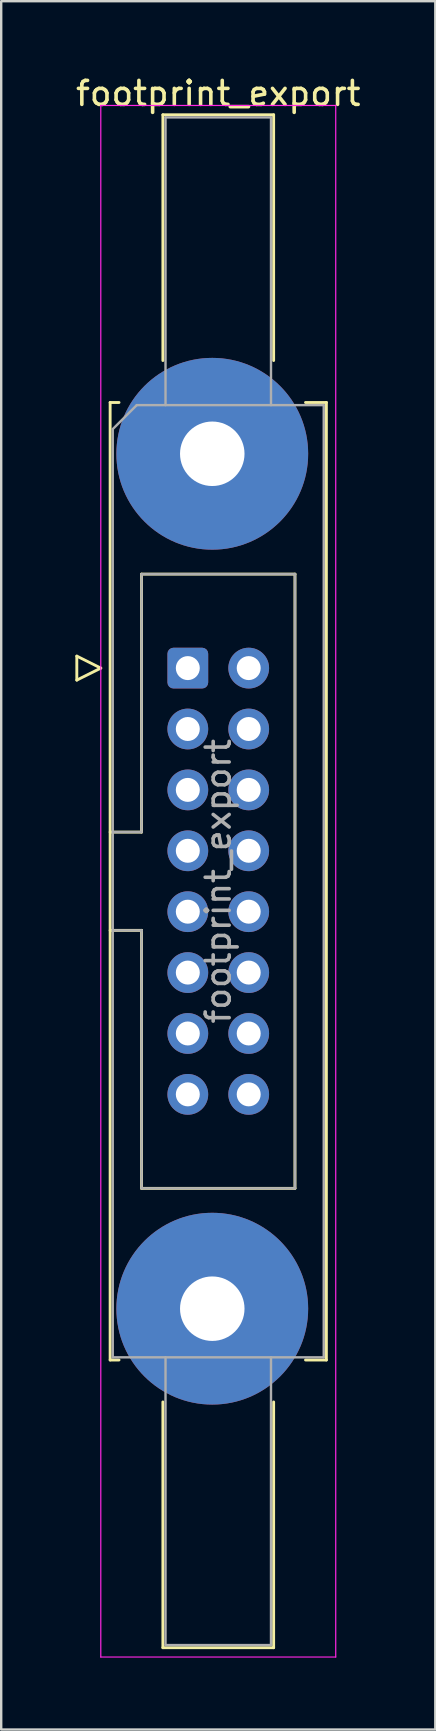
<source format=kicad_pcb>
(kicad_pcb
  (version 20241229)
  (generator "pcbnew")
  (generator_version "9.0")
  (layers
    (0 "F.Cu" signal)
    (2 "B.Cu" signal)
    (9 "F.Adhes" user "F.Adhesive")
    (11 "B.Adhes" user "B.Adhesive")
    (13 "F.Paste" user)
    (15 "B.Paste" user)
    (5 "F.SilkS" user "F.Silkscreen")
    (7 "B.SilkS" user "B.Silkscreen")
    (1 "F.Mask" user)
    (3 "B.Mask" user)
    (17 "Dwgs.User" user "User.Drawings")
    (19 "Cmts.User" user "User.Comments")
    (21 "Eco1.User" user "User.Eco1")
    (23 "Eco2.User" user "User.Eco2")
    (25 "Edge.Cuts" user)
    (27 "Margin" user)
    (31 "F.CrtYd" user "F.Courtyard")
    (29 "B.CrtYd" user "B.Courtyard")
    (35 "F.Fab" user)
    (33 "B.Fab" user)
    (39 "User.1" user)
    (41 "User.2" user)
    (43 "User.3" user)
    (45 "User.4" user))
  (footprint "footprint_export"
    (layer "F.Cu")
    (at 4.784 24.818)
    (property "Reference" "footprint_export" (at 1.27 -23.97 0) (layer "F.SilkS") (effects (font (size 1 1) (thickness 0.15))))
    (attr through_hole)
    (fp_line (start -4.63 -0.5) (end -4.63 0.5) (stroke (width 0.12) (type solid)) (layer "F.SilkS"))
    (fp_line (start -4.63 0.5) (end -3.63 0) (stroke (width 0.12) (type solid)) (layer "F.SilkS"))
    (fp_line (start -3.63 0) (end -4.63 -0.5) (stroke (width 0.12) (type solid)) (layer "F.SilkS"))
    (fp_line (start -3.24 -11.08) (end -3.24 28.86) (stroke (width 0.12) (type solid)) (layer "F.SilkS"))
    (fp_line (start -3.24 6.84) (end -1.93 6.84) (stroke (width 0.12) (type solid)) (layer "F.SilkS"))
    (fp_line (start -3.24 28.86) (end -2.87 28.86) (stroke (width 0.12) (type solid)) (layer "F.SilkS"))
    (fp_line (start -2.87 -11.08) (end -3.24 -11.08) (stroke (width 0.12) (type solid)) (layer "F.SilkS"))
    (fp_line (start -1.93 -3.92) (end 4.47 -3.92) (stroke (width 0.12) (type solid)) (layer "F.SilkS"))
    (fp_line (start -1.93 6.84) (end -1.93 -3.92) (stroke (width 0.12) (type solid)) (layer "F.SilkS"))
    (fp_line (start -1.93 10.94) (end -3.24 10.94) (stroke (width 0.12) (type solid)) (layer "F.SilkS"))
    (fp_line (start -1.93 10.94) (end -1.93 10.94) (stroke (width 0.12) (type solid)) (layer "F.SilkS"))
    (fp_line (start -1.93 21.7) (end -1.93 10.94) (stroke (width 0.12) (type solid)) (layer "F.SilkS"))
    (fp_line (start -1.04 -23.08) (end 3.58 -23.08) (stroke (width 0.12) (type solid)) (layer "F.SilkS"))
    (fp_line (start -1.04 -12.83) (end -1.04 -23.08) (stroke (width 0.12) (type solid)) (layer "F.SilkS"))
    (fp_line (start -1.04 30.61) (end -1.04 40.86) (stroke (width 0.12) (type solid)) (layer "F.SilkS"))
    (fp_line (start -1.04 40.86) (end 3.58 40.86) (stroke (width 0.12) (type solid)) (layer "F.SilkS"))
    (fp_line (start 3.58 -23.08) (end 3.58 -12.83) (stroke (width 0.12) (type solid)) (layer "F.SilkS"))
    (fp_line (start 3.58 40.86) (end 3.58 30.61) (stroke (width 0.12) (type solid)) (layer "F.SilkS"))
    (fp_line (start 4.47 -3.92) (end 4.47 21.7) (stroke (width 0.12) (type solid)) (layer "F.SilkS"))
    (fp_line (start 4.47 21.7) (end -1.93 21.7) (stroke (width 0.12) (type solid)) (layer "F.SilkS"))
    (fp_line (start 4.91 -11.08) (end 5.78 -11.08) (stroke (width 0.12) (type solid)) (layer "F.SilkS"))
    (fp_line (start 5.78 -11.08) (end 5.78 28.86) (stroke (width 0.12) (type solid)) (layer "F.SilkS"))
    (fp_line (start 5.78 28.86) (end 4.91 28.86) (stroke (width 0.12) (type solid)) (layer "F.SilkS"))
    (fp_line (start -3.63 -23.47) (end -3.63 41.25) (stroke (width 0.05) (type solid)) (layer "F.CrtYd"))
    (fp_line (start -3.63 41.25) (end 6.17 41.25) (stroke (width 0.05) (type solid)) (layer "F.CrtYd"))
    (fp_line (start 6.17 -23.47) (end -3.63 -23.47) (stroke (width 0.05) (type solid)) (layer "F.CrtYd"))
    (fp_line (start 6.17 41.25) (end 6.17 -23.47) (stroke (width 0.05) (type solid)) (layer "F.CrtYd"))
    (fp_line (start -3.13 -9.97) (end -2.13 -10.97) (stroke (width 0.1) (type solid)) (layer "F.Fab"))
    (fp_line (start -3.13 6.84) (end -1.93 6.84) (stroke (width 0.1) (type solid)) (layer "F.Fab"))
    (fp_line (start -3.13 28.75) (end -3.13 -9.97) (stroke (width 0.1) (type solid)) (layer "F.Fab"))
    (fp_line (start -2.13 -10.97) (end 5.67 -10.97) (stroke (width 0.1) (type solid)) (layer "F.Fab"))
    (fp_line (start -1.93 -3.92) (end 4.47 -3.92) (stroke (width 0.1) (type solid)) (layer "F.Fab"))
    (fp_line (start -1.93 6.84) (end -1.93 -3.92) (stroke (width 0.1) (type solid)) (layer "F.Fab"))
    (fp_line (start -1.93 10.94) (end -3.13 10.94) (stroke (width 0.1) (type solid)) (layer "F.Fab"))
    (fp_line (start -1.93 10.94) (end -1.93 10.94) (stroke (width 0.1) (type solid)) (layer "F.Fab"))
    (fp_line (start -1.93 21.7) (end -1.93 10.94) (stroke (width 0.1) (type solid)) (layer "F.Fab"))
    (fp_line (start -0.93 -22.97) (end 3.47 -22.97) (stroke (width 0.1) (type solid)) (layer "F.Fab"))
    (fp_line (start -0.93 -10.97) (end -0.93 -22.97) (stroke (width 0.1) (type solid)) (layer "F.Fab"))
    (fp_line (start -0.93 28.75) (end -0.93 40.75) (stroke (width 0.1) (type solid)) (layer "F.Fab"))
    (fp_line (start -0.93 40.75) (end 3.47 40.75) (stroke (width 0.1) (type solid)) (layer "F.Fab"))
    (fp_line (start 3.47 -22.97) (end 3.47 -10.97) (stroke (width 0.1) (type solid)) (layer "F.Fab"))
    (fp_line (start 3.47 40.75) (end 3.47 28.75) (stroke (width 0.1) (type solid)) (layer "F.Fab"))
    (fp_line (start 4.47 -3.92) (end 4.47 21.7) (stroke (width 0.1) (type solid)) (layer "F.Fab"))
    (fp_line (start 4.47 21.7) (end -1.93 21.7) (stroke (width 0.1) (type solid)) (layer "F.Fab"))
    (fp_line (start 5.67 -10.97) (end 5.67 28.75) (stroke (width 0.1) (type solid)) (layer "F.Fab"))
    (fp_line (start 5.67 28.75) (end -3.13 28.75) (stroke (width 0.1) (type solid)) (layer "F.Fab"))
    (fp_text user "${REFERENCE}" (at 1.27 8.89 90) (layer "F.Fab") (effects (font (size 1 1) (thickness 0.15))))
    (pad "1" thru_hole roundrect (at 0 0) (size 1.7 1.7) (drill 1) (layers "*.Cu" "*.Mask") (roundrect_rratio 0.147))
    (pad "2" thru_hole circle (at 2.54 0) (size 1.7 1.7) (drill 1) (layers "*.Cu" "*.Mask"))
    (pad "3" thru_hole circle (at 0 2.54) (size 1.7 1.7) (drill 1) (layers "*.Cu" "*.Mask"))
    (pad "4" thru_hole circle (at 2.54 2.54) (size 1.7 1.7) (drill 1) (layers "*.Cu" "*.Mask"))
    (pad "5" thru_hole circle (at 0 5.08) (size 1.7 1.7) (drill 1) (layers "*.Cu" "*.Mask"))
    (pad "6" thru_hole circle (at 2.54 5.08) (size 1.7 1.7) (drill 1) (layers "*.Cu" "*.Mask"))
    (pad "7" thru_hole circle (at 0 7.62) (size 1.7 1.7) (drill 1) (layers "*.Cu" "*.Mask"))
    (pad "8" thru_hole circle (at 2.54 7.62) (size 1.7 1.7) (drill 1) (layers "*.Cu" "*.Mask"))
    (pad "9" thru_hole circle (at 0 10.16) (size 1.7 1.7) (drill 1) (layers "*.Cu" "*.Mask"))
    (pad "10" thru_hole circle (at 2.54 10.16) (size 1.7 1.7) (drill 1) (layers "*.Cu" "*.Mask"))
    (pad "11" thru_hole circle (at 0 12.7) (size 1.7 1.7) (drill 1) (layers "*.Cu" "*.Mask"))
    (pad "12" thru_hole circle (at 2.54 12.7) (size 1.7 1.7) (drill 1) (layers "*.Cu" "*.Mask"))
    (pad "13" thru_hole circle (at 0 15.24) (size 1.7 1.7) (drill 1) (layers "*.Cu" "*.Mask"))
    (pad "14" thru_hole circle (at 2.54 15.24) (size 1.7 1.7) (drill 1) (layers "*.Cu" "*.Mask"))
    (pad "15" thru_hole circle (at 0 17.78) (size 1.7 1.7) (drill 1) (layers "*.Cu" "*.Mask"))
    (pad "16" thru_hole circle (at 2.54 17.78) (size 1.7 1.7) (drill 1) (layers "*.Cu" "*.Mask"))
    (pad "MP" thru_hole circle (at 1.02 -8.94) (size 8 8) (drill 2.69) (layers "*.Cu" "*.Mask"))
    (pad "MP" thru_hole circle (at 1.02 26.72) (size 8 8) (drill 2.69) (layers "*.Cu" "*.Mask")))
  (gr_rect
    (start -3 -3)
    (end 15.107 69.093)
    (stroke (width 0.1) (type default))
    (fill no)
    (layer "Edge.Cuts")))
</source>
